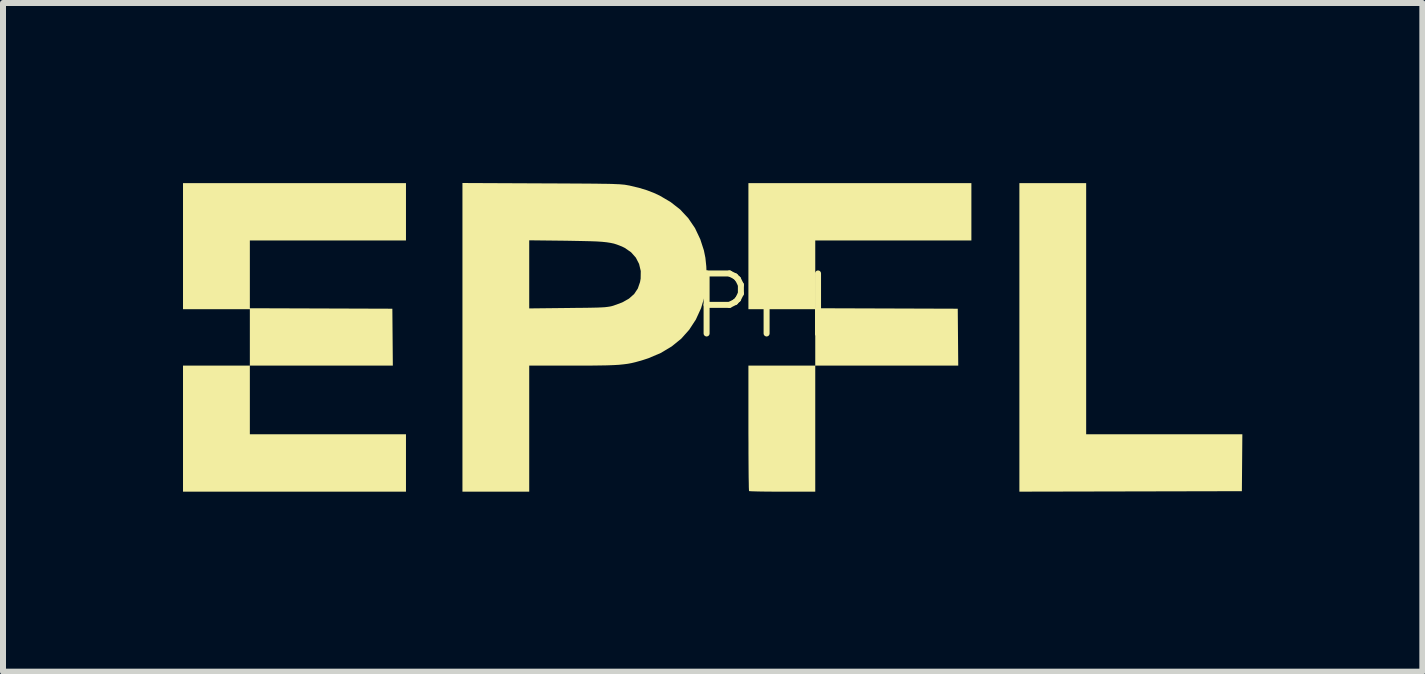
<source format=kicad_pcb>
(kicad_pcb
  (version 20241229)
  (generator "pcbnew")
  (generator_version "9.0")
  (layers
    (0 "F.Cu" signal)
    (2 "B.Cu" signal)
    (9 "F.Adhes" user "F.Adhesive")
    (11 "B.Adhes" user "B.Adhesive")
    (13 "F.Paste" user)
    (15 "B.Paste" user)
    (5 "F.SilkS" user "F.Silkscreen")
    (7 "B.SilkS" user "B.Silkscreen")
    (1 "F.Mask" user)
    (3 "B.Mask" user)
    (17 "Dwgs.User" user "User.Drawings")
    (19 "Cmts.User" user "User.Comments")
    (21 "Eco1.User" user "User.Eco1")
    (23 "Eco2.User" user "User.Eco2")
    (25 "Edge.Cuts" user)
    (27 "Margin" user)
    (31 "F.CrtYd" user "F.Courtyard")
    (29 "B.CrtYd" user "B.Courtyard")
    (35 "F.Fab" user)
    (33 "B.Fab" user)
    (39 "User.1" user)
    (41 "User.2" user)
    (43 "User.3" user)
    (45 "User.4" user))
  (footprint "EPFL"
    (layer "F.Cu")
    (at 9.369 2.55)
    (property "Reference" "EPFL" (at 0 -0.5 0) (unlocked yes) (layer "F.SilkS") (effects (font (size 1 1) (thickness 0.1))))
    (fp_poly (pts (xy 5.683 -0.455) (xy 5.683 1.638) (xy 6.985 1.638) (xy 8.286 1.638) (xy 8.282 2.112) (xy 8.278 2.586) (xy 6.424 2.59) (xy 4.57 2.594) (xy 4.57 0.023) (xy 4.57 -2.548) (xy 5.127 -2.548) (xy 5.683 -2.548)) (stroke (width 0) (type solid)) (fill yes) (layer "F.SilkS"))
    (fp_poly (pts (xy -5.653 -2.07) (xy -5.653 -1.592) (xy -6.954 -1.592) (xy -8.255 -1.592) (xy -8.255 -1.028) (xy -8.255 -0.463) (xy -7.068 -0.459) (xy -5.88 -0.455) (xy -5.876 0.019) (xy -5.872 0.493) (xy -7.064 0.493) (xy -8.255 0.493) (xy -8.255 1.066) (xy -8.255 1.638) (xy -6.954 1.638) (xy -5.653 1.638) (xy -5.653 2.116) (xy -5.653 2.594) (xy -7.511 2.594) (xy -9.369 2.594) (xy -9.369 1.544) (xy -9.369 0.493) (xy -8.812 0.493) (xy -8.255 0.493) (xy -8.255 0.023) (xy -8.255 -0.447) (xy -8.812 -0.447) (xy -9.369 -0.447) (xy -9.369 -1.498) (xy -9.369 -2.548) (xy -7.511 -2.548) (xy -5.653 -2.548)) (stroke (width 0) (type solid)) (fill yes) (layer "F.SilkS"))
    (fp_poly (pts (xy 3.77 -2.07) (xy 3.77 -1.592) (xy 2.469 -1.592) (xy 1.168 -1.592) (xy 1.168 -1.028) (xy 1.168 -0.463) (xy 2.355 -0.459) (xy 3.543 -0.455) (xy 3.547 0.019) (xy 3.551 0.493) (xy 2.359 0.493) (xy 1.168 0.493) (xy 1.168 1.544) (xy 1.168 2.594) (xy 0.622 2.594) (xy 0.494 2.594) (xy 0.376 2.593) (xy 0.272 2.592) (xy 0.185 2.59) (xy 0.119 2.588) (xy 0.078 2.586) (xy 0.065 2.584) (xy 0.063 2.567) (xy 0.061 2.521) (xy 0.06 2.449) (xy 0.058 2.354) (xy 0.057 2.237) (xy 0.056 2.103) (xy 0.055 1.952) (xy 0.055 1.789) (xy 0.054 1.615) (xy 0.054 1.533) (xy 0.054 0.493) (xy 0.611 0.493) (xy 1.168 0.493) (xy 1.168 0.023) (xy 1.168 -0.447) (xy 0.611 -0.447) (xy 0.054 -0.447) (xy 0.054 -1.498) (xy 0.054 -2.548) (xy 1.912 -2.548) (xy 3.77 -2.548)) (stroke (width 0) (type solid)) (fill yes) (layer "F.SilkS"))
    (fp_poly (pts (xy -3.391 -2.544) (xy -3.156 -2.543) (xy -2.951 -2.542) (xy -2.773 -2.541) (xy -2.619 -2.54) (xy -2.488 -2.539) (xy -2.377 -2.537) (xy -2.284 -2.536) (xy -2.207 -2.534) (xy -2.143 -2.531) (xy -2.091 -2.529) (xy -2.049 -2.525) (xy -2.013 -2.522) (xy -1.982 -2.517) (xy -1.954 -2.512) (xy -1.925 -2.507) (xy -1.914 -2.504) (xy -1.767 -2.469) (xy -1.639 -2.43) (xy -1.522 -2.385) (xy -1.427 -2.341) (xy -1.243 -2.233) (xy -1.083 -2.108) (xy -0.948 -1.963) (xy -0.836 -1.798) (xy -0.748 -1.612) (xy -0.688 -1.427) (xy -0.663 -1.304) (xy -0.648 -1.162) (xy -0.642 -1.014) (xy -0.646 -0.868) (xy -0.661 -0.736) (xy -0.672 -0.675) (xy -0.735 -0.464) (xy -0.822 -0.274) (xy -0.933 -0.104) (xy -1.067 0.046) (xy -1.225 0.174) (xy -1.407 0.283) (xy -1.612 0.37) (xy -1.694 0.397) (xy -1.765 0.418) (xy -1.83 0.436) (xy -1.893 0.451) (xy -1.958 0.463) (xy -2.028 0.472) (xy -2.107 0.48) (xy -2.198 0.485) (xy -2.305 0.489) (xy -2.43 0.491) (xy -2.578 0.493) (xy -2.752 0.493) (xy -2.874 0.493) (xy -3.599 0.493) (xy -3.599 1.544) (xy -3.599 2.594) (xy -4.155 2.594) (xy -4.712 2.594) (xy -4.712 0.022) (xy -4.712 -1.595) (xy -3.599 -1.595) (xy -3.599 -1.028) (xy -3.599 -0.46) (xy -2.952 -0.467) (xy -2.791 -0.469) (xy -2.659 -0.47) (xy -2.551 -0.472) (xy -2.464 -0.474) (xy -2.395 -0.477) (xy -2.341 -0.48) (xy -2.298 -0.485) (xy -2.263 -0.49) (xy -2.232 -0.496) (xy -2.203 -0.504) (xy -2.19 -0.508) (xy -2.049 -0.56) (xy -1.937 -0.623) (xy -1.85 -0.7) (xy -1.789 -0.792) (xy -1.752 -0.9) (xy -1.742 -0.957) (xy -1.74 -1.083) (xy -1.768 -1.201) (xy -1.822 -1.306) (xy -1.902 -1.396) (xy -2.006 -1.468) (xy -2.036 -1.483) (xy -2.087 -1.505) (xy -2.137 -1.524) (xy -2.187 -1.54) (xy -2.243 -1.552) (xy -2.307 -1.562) (xy -2.383 -1.57) (xy -2.474 -1.576) (xy -2.584 -1.58) (xy -2.717 -1.583) (xy -2.875 -1.586) (xy -2.983 -1.588) (xy -3.599 -1.595) (xy -4.712 -1.595) (xy -4.712 -2.55)) (stroke (width 0) (type solid)) (fill yes) (layer "F.SilkS")))
  (gr_rect
    (start -3 -3)
    (end 20.655 8.144)
    (stroke (width 0.1) (type default))
    (fill no)
    (layer "Edge.Cuts")))
</source>
